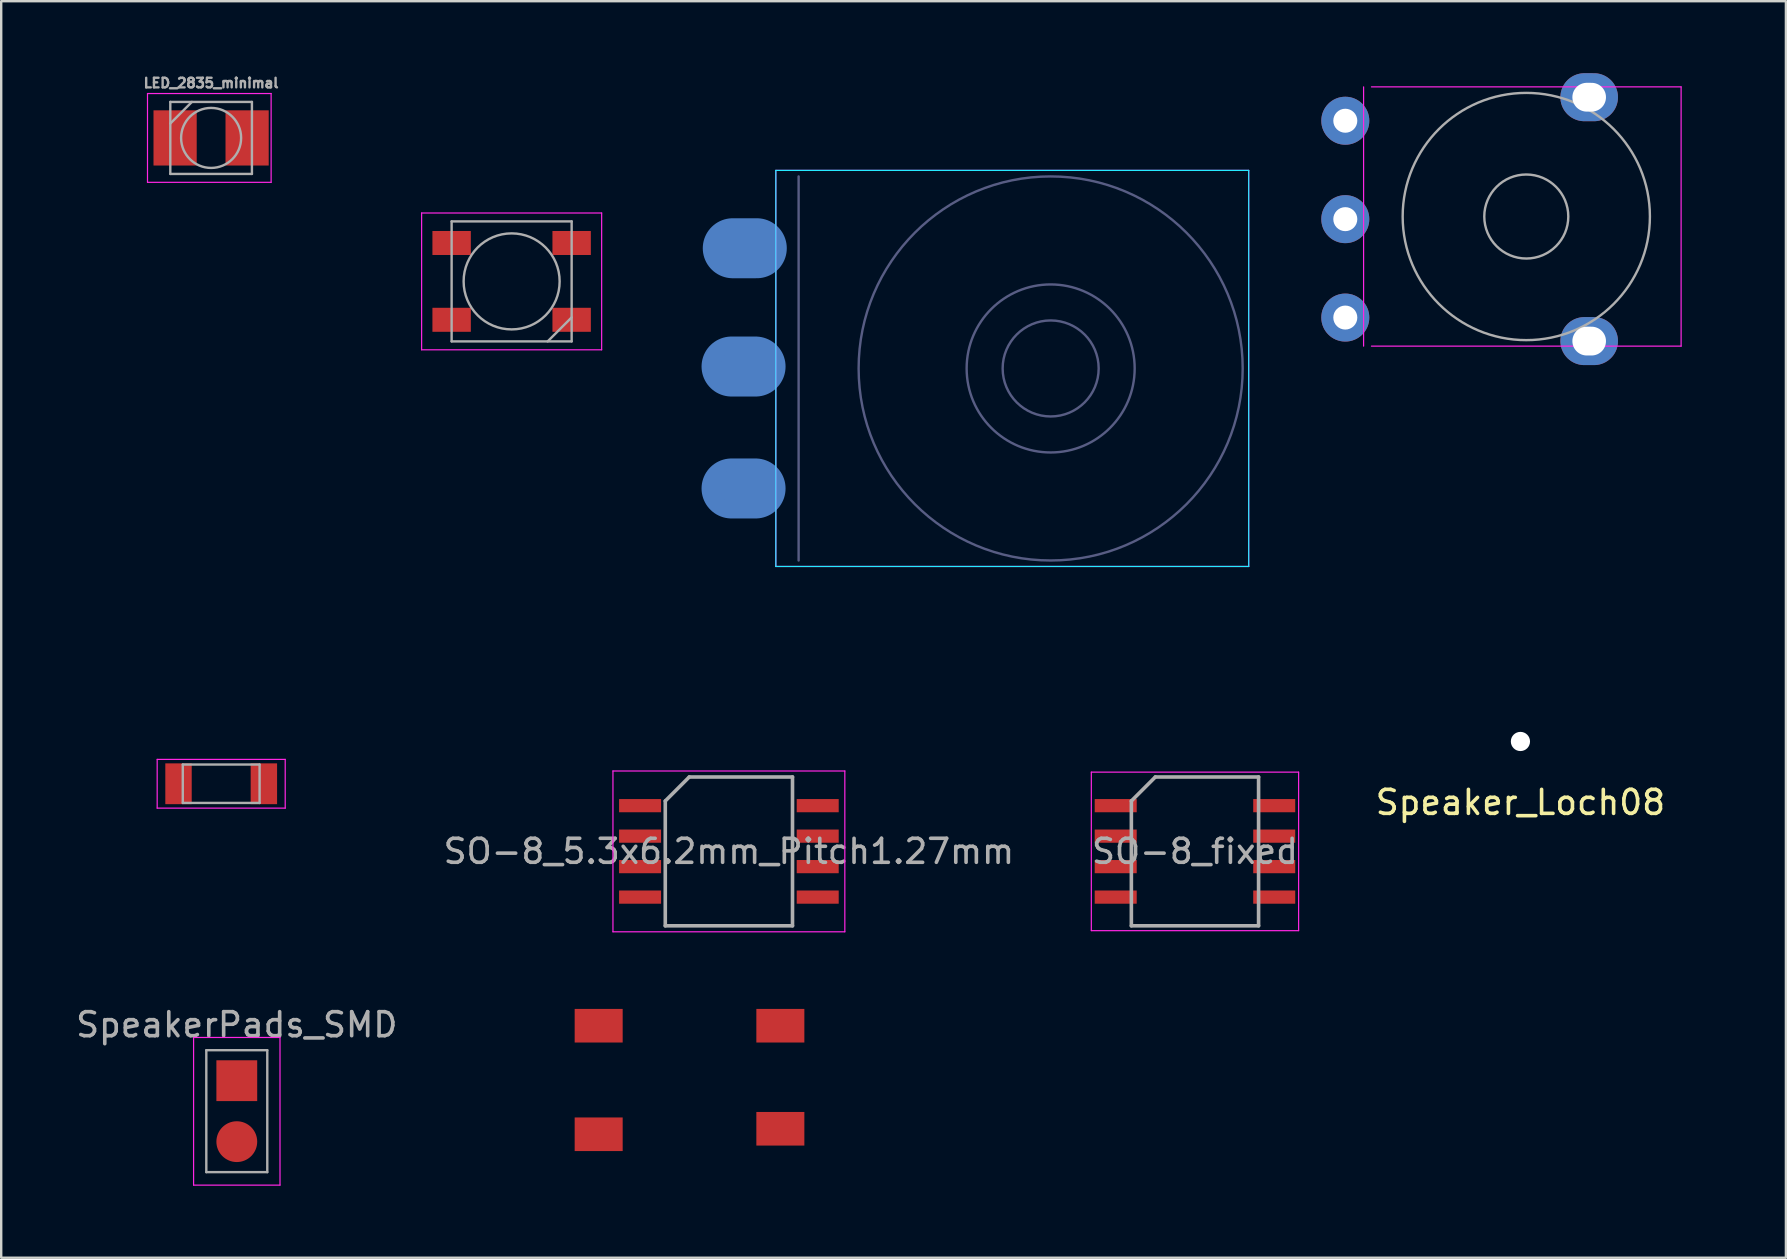
<source format=kicad_pcb>
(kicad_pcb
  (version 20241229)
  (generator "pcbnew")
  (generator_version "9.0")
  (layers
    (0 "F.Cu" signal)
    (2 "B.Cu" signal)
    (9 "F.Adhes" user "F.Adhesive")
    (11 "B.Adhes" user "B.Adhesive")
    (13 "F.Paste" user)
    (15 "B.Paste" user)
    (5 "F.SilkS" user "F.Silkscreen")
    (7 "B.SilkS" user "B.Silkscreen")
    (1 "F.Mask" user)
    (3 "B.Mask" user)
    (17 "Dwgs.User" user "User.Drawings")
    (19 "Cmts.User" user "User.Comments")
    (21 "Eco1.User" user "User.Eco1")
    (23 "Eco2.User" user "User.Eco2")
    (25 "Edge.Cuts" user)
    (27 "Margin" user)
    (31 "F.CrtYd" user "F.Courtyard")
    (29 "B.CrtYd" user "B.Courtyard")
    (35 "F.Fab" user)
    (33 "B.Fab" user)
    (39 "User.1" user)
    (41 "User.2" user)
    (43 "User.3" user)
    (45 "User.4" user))
  (footprint "Potentiometer_wheel"
    (layer "F.Cu")
    (at 60.616 6.08)
    (property "Reference" "Potentiometer_wheel" (at -0.08 -2.54 0) (layer "Eco2.User") (effects (font (size 1 1) (thickness 0.15))))
    (attr through_hole)
    (fp_line (start -6.858 -5.51) (end -6.858 5.29) (stroke (width 0.05) (type solid)) (layer "F.CrtYd"))
    (fp_line (start -6.53 5.29) (end 6.37 5.29) (stroke (width 0.05) (type solid)) (layer "F.CrtYd"))
    (fp_line (start 6.37 -5.51) (end -6.53 -5.51) (stroke (width 0.05) (type solid)) (layer "F.CrtYd"))
    (fp_line (start 6.37 5.29) (end 6.37 -5.51) (stroke (width 0.05) (type solid)) (layer "F.CrtYd"))
    (fp_circle (center -0.08 -0.11) (end 1.67 -0.11) (stroke (width 0.1) (type solid)) (fill no) (layer "F.Fab"))
    (fp_circle (center -0.08 -0.11) (end 5.07 -0.11) (stroke (width 0.1) (type solid)) (fill no) (layer "F.Fab"))
    (pad "" thru_hole oval (at 2.54 -5.08) (size 2.4 2) (drill oval 1.4 1.2) (layers "*.Cu" "*.Mask"))
    (pad "" thru_hole oval (at 2.54 5.08) (size 2.4 2) (drill oval 1.4 1.2) (layers "*.Cu" "*.Mask"))
    (pad "1" thru_hole circle (at -7.62 -4.1) (size 2 2) (drill 1) (layers "*.Cu" "*.Mask"))
    (pad "2" thru_hole circle (at -7.62 0) (size 2 2) (drill 1) (layers "*.Cu" "*.Mask"))
    (pad "3" thru_hole circle (at -7.62 4.1) (size 2 2) (drill 1) (layers "*.Cu" "*.Mask")))
  (footprint "TACTILE-PTH_6mm_SMD"
    (layer "F.Cu")
    (at 25.65 41.943)
    (property "Reference" "TACTILE-PTH_6mm_SMD" (at 0 -2.032 0) (layer "Eco2.User") (effects (font (size 1 1) (thickness 0.127))))
    (attr exclude_from_pos_files exclude_from_bom)
    (fp_line (start -3.048 -1.026) (end -3.048 1.016) (stroke (width 0.203) (type solid)) (layer "Eco2.User"))
    (fp_line (start -2.159 3.048) (end 2.159 3.048) (stroke (width 0.203) (type solid)) (layer "Eco2.User"))
    (fp_line (start -2.032 -1.27) (end -2.032 -0.508) (stroke (width 0.203) (type solid)) (layer "Eco2.User"))
    (fp_line (start -2.032 -0.508) (end -1.651 0.381) (stroke (width 0.203) (type solid)) (layer "Eco2.User"))
    (fp_line (start -2.032 0.508) (end -2.032 1.27) (stroke (width 0.203) (type solid)) (layer "Eco2.User"))
    (fp_line (start 2.159 -3.048) (end -2.159 -3.048) (stroke (width 0.203) (type solid)) (layer "Eco2.User"))
    (fp_line (start 3.048 -0.996) (end 3.048 1.016) (stroke (width 0.203) (type solid)) (layer "Eco2.User"))
    (fp_circle (center 0 0) (end -0.889 0.889) (stroke (width 0.102) (type solid)) (fill no) (layer "Eco2.User"))
    (pad "1" smd rect (at -3.759 -2.261) (size 2 1.4) (layers "F.Cu" "F.Mask" "F.Paste"))
    (pad "1" smd rect (at 3.81 -2.261) (size 2 1.4) (layers "F.Cu" "F.Mask" "F.Paste"))
    (pad "2" smd rect (at -3.759 2.261) (size 2 1.4) (layers "F.Cu" "F.Mask" "F.Paste"))
    (pad "2" smd rect (at 3.81 2.032) (size 2 1.4) (layers "F.Cu" "F.Mask" "F.Paste")))
  (footprint "R_1206_HandSoldering"
    (layer "F.Cu")
    (at 6.165 29.602)
    (property "Reference" "R_1206_HandSoldering" (at -0.01 -1.488 0) (layer "Eco2.User") (effects (font (size 0.7 0.7) (thickness 0.15))))
    (attr smd)
    (fp_line (start -1.025 -0.665) (end 0.975 -0.665) (stroke (width 0.12) (type solid)) (layer "Eco2.User"))
    (fp_line (start 0.986 0.671) (end -1.014 0.671) (stroke (width 0.12) (type solid)) (layer "Eco2.User"))
    (fp_line (start -2.667 -1.016) (end -2.667 1.016) (stroke (width 0.05) (type solid)) (layer "F.CrtYd"))
    (fp_line (start -2.667 -1.016) (end 2.667 -1.016) (stroke (width 0.05) (type solid)) (layer "F.CrtYd"))
    (fp_line (start 2.667 1.016) (end -2.667 1.016) (stroke (width 0.05) (type solid)) (layer "F.CrtYd"))
    (fp_line (start 2.667 1.016) (end 2.667 -1.016) (stroke (width 0.05) (type solid)) (layer "F.CrtYd"))
    (fp_line (start -1.6 -0.8) (end 1.6 -0.8) (stroke (width 0.1) (type solid)) (layer "F.Fab"))
    (fp_line (start -1.6 0.8) (end -1.6 -0.8) (stroke (width 0.1) (type solid)) (layer "F.Fab"))
    (fp_line (start 1.6 -0.8) (end 1.6 0.8) (stroke (width 0.1) (type solid)) (layer "F.Fab"))
    (fp_line (start 1.6 0.8) (end -1.6 0.8) (stroke (width 0.1) (type solid)) (layer "F.Fab"))
    (fp_text user "${REFERENCE}" (at -0.015 -1.483 0) (layer "Eco2.User") (effects (font (size 0.7 0.7) (thickness 0.105))))
    (pad "1" smd rect (at -1.778 0) (size 1.1 1.7) (layers "F.Cu" "F.Mask" "F.Paste"))
    (pad "2" smd rect (at 1.778 0) (size 1.1 1.7) (layers "F.Cu" "F.Mask" "F.Paste")))
  (footprint "SO-8_fixed"
    (layer "F.Cu")
    (at 46.733 32.419)
    (property "Reference" "SO-8_fixed" (at 0 -4.13 0) (layer "Eco2.User") (effects (font (size 1 1) (thickness 0.15))))
    (attr smd)
    (fp_line (start -4.318 -3.302) (end -4.318 3.302) (stroke (width 0.05) (type solid)) (layer "F.CrtYd"))
    (fp_line (start -4.318 -3.302) (end 4.318 -3.302) (stroke (width 0.05) (type solid)) (layer "F.CrtYd"))
    (fp_line (start -4.318 3.302) (end 4.318 3.302) (stroke (width 0.05) (type solid)) (layer "F.CrtYd"))
    (fp_line (start 4.318 -3.302) (end 4.318 3.302) (stroke (width 0.05) (type solid)) (layer "F.CrtYd"))
    (fp_line (start -2.65 -2.1) (end -1.65 -3.1) (stroke (width 0.15) (type solid)) (layer "F.Fab"))
    (fp_line (start -2.65 3.1) (end -2.65 -2.1) (stroke (width 0.15) (type solid)) (layer "F.Fab"))
    (fp_line (start -1.65 -3.1) (end 2.65 -3.1) (stroke (width 0.15) (type solid)) (layer "F.Fab"))
    (fp_line (start 2.65 -3.1) (end 2.65 3.1) (stroke (width 0.15) (type solid)) (layer "F.Fab"))
    (fp_line (start 2.65 3.1) (end -2.65 3.1) (stroke (width 0.15) (type solid)) (layer "F.Fab"))
    (fp_text user "${REFERENCE}" (at 0 0 0) (layer "F.Fab") (effects (font (size 1 1) (thickness 0.15))))
    (pad "1" smd rect (at -3.302 -1.905) (size 1.75 0.55) (layers "F.Cu" "F.Mask" "F.Paste"))
    (pad "2" smd rect (at -3.302 -0.635) (size 1.75 0.55) (layers "F.Cu" "F.Mask" "F.Paste"))
    (pad "3" smd rect (at -3.302 0.635) (size 1.75 0.55) (layers "F.Cu" "F.Mask" "F.Paste"))
    (pad "4" smd rect (at -3.302 1.905) (size 1.75 0.55) (layers "F.Cu" "F.Mask" "F.Paste"))
    (pad "5" smd rect (at 3.302 1.905) (size 1.75 0.55) (layers "F.Cu" "F.Mask" "F.Paste"))
    (pad "6" smd rect (at 3.302 0.635) (size 1.75 0.55) (layers "F.Cu" "F.Mask" "F.Paste"))
    (pad "7" smd rect (at 3.302 -0.635) (size 1.75 0.55) (layers "F.Cu" "F.Mask" "F.Paste"))
    (pad "8" smd rect (at 3.302 -1.905) (size 1.75 0.55) (layers "F.Cu" "F.Mask" "F.Paste")))
  (footprint "Mixtape_NEO_WS2812B"
    (layer "F.Cu")
    (at 18.265 8.673)
    (property "Reference" "Mixtape_NEO_WS2812B" (at 4.064 0 90) (layer "Eco2.User") (effects (font (size 1 1) (thickness 0.15))))
    (attr smd)
    (fp_line (start -3.75 -2.85) (end -3.75 2.85) (stroke (width 0.05) (type solid)) (layer "F.CrtYd"))
    (fp_line (start -3.75 2.85) (end 3.75 2.85) (stroke (width 0.05) (type solid)) (layer "F.CrtYd"))
    (fp_line (start 3.75 -2.85) (end -3.75 -2.85) (stroke (width 0.05) (type solid)) (layer "F.CrtYd"))
    (fp_line (start 3.75 2.85) (end 3.75 -2.85) (stroke (width 0.05) (type solid)) (layer "F.CrtYd"))
    (fp_line (start -2.5 -2.5) (end -2.5 2.5) (stroke (width 0.1) (type solid)) (layer "F.Fab"))
    (fp_line (start -2.5 2.5) (end 2.5 2.5) (stroke (width 0.1) (type solid)) (layer "F.Fab"))
    (fp_line (start 2.5 -2.5) (end -2.5 -2.5) (stroke (width 0.1) (type solid)) (layer "F.Fab"))
    (fp_line (start 2.5 1.5) (end 1.5 2.5) (stroke (width 0.1) (type solid)) (layer "F.Fab"))
    (fp_line (start 2.5 2.5) (end 2.5 -2.5) (stroke (width 0.1) (type solid)) (layer "F.Fab"))
    (fp_circle (center 0 0) (end 0 -2) (stroke (width 0.1) (type solid)) (fill no) (layer "F.Fab"))
    (pad "1" smd rect (at -2.5 -1.6) (size 1.6 1) (layers "F.Cu" "F.Mask" "F.Paste"))
    (pad "2" smd rect (at -2.5 1.6) (size 1.6 1) (layers "F.Cu" "F.Mask" "F.Paste"))
    (pad "3" smd rect (at 2.5 1.6) (size 1.6 1) (layers "F.Cu" "F.Mask" "F.Paste"))
    (pad "4" smd rect (at 2.5 -1.6) (size 1.6 1) (layers "F.Cu" "F.Mask" "F.Paste")))
  (footprint "SO-8_5.3x6.2mm_Pitch1.27mm"
    (layer "F.Cu")
    (at 27.316 32.419)
    (property "Reference" "SO-8_5.3x6.2mm_Pitch1.27mm" (at 0 -4.13 0) (layer "Eco2.User") (effects (font (size 1 1) (thickness 0.15))))
    (attr smd)
    (fp_line (start -4.83 -3.35) (end -4.83 3.35) (stroke (width 0.05) (type solid)) (layer "F.CrtYd"))
    (fp_line (start -4.83 -3.35) (end 4.83 -3.35) (stroke (width 0.05) (type solid)) (layer "F.CrtYd"))
    (fp_line (start -4.83 3.35) (end 4.83 3.35) (stroke (width 0.05) (type solid)) (layer "F.CrtYd"))
    (fp_line (start 4.83 -3.35) (end 4.83 3.35) (stroke (width 0.05) (type solid)) (layer "F.CrtYd"))
    (fp_line (start -2.65 -2.1) (end -1.65 -3.1) (stroke (width 0.15) (type solid)) (layer "F.Fab"))
    (fp_line (start -2.65 3.1) (end -2.65 -2.1) (stroke (width 0.15) (type solid)) (layer "F.Fab"))
    (fp_line (start -1.65 -3.1) (end 2.65 -3.1) (stroke (width 0.15) (type solid)) (layer "F.Fab"))
    (fp_line (start 2.65 -3.1) (end 2.65 3.1) (stroke (width 0.15) (type solid)) (layer "F.Fab"))
    (fp_line (start 2.65 3.1) (end -2.65 3.1) (stroke (width 0.15) (type solid)) (layer "F.Fab"))
    (fp_text user "${REFERENCE}" (at 0 0 0) (layer "F.Fab") (effects (font (size 1 1) (thickness 0.15))))
    (pad "1" smd rect (at -3.7 -1.905) (size 1.75 0.55) (layers "F.Cu" "F.Mask" "F.Paste"))
    (pad "2" smd rect (at -3.7 -0.635) (size 1.75 0.55) (layers "F.Cu" "F.Mask" "F.Paste"))
    (pad "3" smd rect (at -3.7 0.635) (size 1.75 0.55) (layers "F.Cu" "F.Mask" "F.Paste"))
    (pad "4" smd rect (at -3.7 1.905) (size 1.75 0.55) (layers "F.Cu" "F.Mask" "F.Paste"))
    (pad "5" smd rect (at 3.7 1.905) (size 1.75 0.55) (layers "F.Cu" "F.Mask" "F.Paste"))
    (pad "6" smd rect (at 3.7 0.635) (size 1.75 0.55) (layers "F.Cu" "F.Mask" "F.Paste"))
    (pad "7" smd rect (at 3.7 -0.635) (size 1.75 0.55) (layers "F.Cu" "F.Mask" "F.Paste"))
    (pad "8" smd rect (at 3.7 -1.905) (size 1.75 0.55) (layers "F.Cu" "F.Mask" "F.Paste")))
  (footprint "LED_2835_minimal"
    (layer "F.Cu")
    (at 5.745 2.696)
    (property "Reference" "LED_2835_minimal" (at 0 0 0) (layer "Eco2.User") (effects (font (size 1 0.8) (thickness 0.15))))
    (attr smd)
    (fp_line (start -2.65 -1.85) (end 2.5 -1.85) (stroke (width 0.05) (type solid)) (layer "F.CrtYd"))
    (fp_line (start -2.65 1.85) (end -2.65 -1.85) (stroke (width 0.05) (type solid)) (layer "F.CrtYd"))
    (fp_line (start 2.5 -1.85) (end 2.5 1.85) (stroke (width 0.05) (type solid)) (layer "F.CrtYd"))
    (fp_line (start 2.5 1.85) (end -2.65 1.85) (stroke (width 0.05) (type solid)) (layer "F.CrtYd"))
    (fp_line (start -1.7 -1.5) (end -1.7 1.5) (stroke (width 0.1) (type solid)) (layer "F.Fab"))
    (fp_line (start -1.7 -0.6) (end -0.8 -1.5) (stroke (width 0.1) (type solid)) (layer "F.Fab"))
    (fp_line (start -1.7 1.5) (end 1.7 1.5) (stroke (width 0.1) (type solid)) (layer "F.Fab"))
    (fp_line (start 1.7 -1.5) (end -1.7 -1.5) (stroke (width 0.1) (type solid)) (layer "F.Fab"))
    (fp_line (start 1.7 1.5) (end 1.7 -1.5) (stroke (width 0.1) (type solid)) (layer "F.Fab"))
    (fp_circle (center 0 0) (end 0 -1.25) (stroke (width 0.1) (type solid)) (fill no) (layer "F.Fab"))
    (fp_text user "${REFERENCE}" (at 0 -2.286 0) (layer "F.Fab") (effects (font (size 0.4 0.4) (thickness 0.1))))
    (pad "1" smd rect (at -1.5 0) (size 1.8 2.3) (layers "F.Cu" "F.Mask" "F.Paste"))
    (pad "2" smd rect (at 1.5 0) (size 1.8 2.3) (layers "F.Cu" "F.Mask" "F.Paste")))
  (footprint "SpeakerPads_SMD"
    (layer "F.Cu")
    (at 6.815 41.972)
    (property "Reference" "SpeakerPads_SMD" (at 0 -2.33 0) (layer "Eco2.User") (effects (font (size 1 1) (thickness 0.15))))
    (attr through_hole)
    (fp_line (start -1.8 -1.8) (end -1.8 4.35) (stroke (width 0.05) (type solid)) (layer "F.CrtYd"))
    (fp_line (start -1.8 4.35) (end 1.8 4.35) (stroke (width 0.05) (type solid)) (layer "F.CrtYd"))
    (fp_line (start 1.8 -1.8) (end -1.8 -1.8) (stroke (width 0.05) (type solid)) (layer "F.CrtYd"))
    (fp_line (start 1.8 4.35) (end 1.8 -1.8) (stroke (width 0.05) (type solid)) (layer "F.CrtYd"))
    (fp_line (start -1.27 -1.27) (end -1.27 3.81) (stroke (width 0.1) (type solid)) (layer "F.Fab"))
    (fp_line (start -1.27 3.81) (end 1.27 3.81) (stroke (width 0.1) (type solid)) (layer "F.Fab"))
    (fp_line (start 1.27 -1.27) (end -1.27 -1.27) (stroke (width 0.1) (type solid)) (layer "F.Fab"))
    (fp_line (start 1.27 3.81) (end 1.27 -1.27) (stroke (width 0.1) (type solid)) (layer "F.Fab"))
    (fp_text user "${REFERENCE}" (at 0 -2.33 0) (layer "F.Fab") (effects (font (size 1 1) (thickness 0.15))))
    (pad "1" smd rect (at 0 0) (size 1.7 1.7) (layers "F.Cu" "F.Mask" "F.Paste"))
    (pad "2" smd oval (at 0 2.54) (size 1.7 1.7) (layers "F.Cu" "F.Mask" "F.Paste")))
  (footprint "Potentiometer_backPads_noHole"
    (layer "F.Cu")
    (at 30.721 17.3)
    (property "Reference" "Potentiometer_backPads_noHole" (at 15.24 -5.08 90) (layer "Eco2.User") (effects (font (size 1 1) (thickness 0.15))))
    (attr through_hole)
    (fp_line (start -1.45 -13.25) (end -1.45 3.25) (stroke (width 0.05) (type solid)) (layer "B.CrtYd"))
    (fp_line (start -1.45 3.25) (end 18.25 3.25) (stroke (width 0.05) (type solid)) (layer "B.CrtYd"))
    (fp_line (start 18.25 -13.25) (end -1.45 -13.25) (stroke (width 0.05) (type solid)) (layer "B.CrtYd"))
    (fp_line (start 18.25 3.25) (end 18.25 -13.25) (stroke (width 0.05) (type solid)) (layer "B.CrtYd"))
    (fp_line (start -1.45 -13.25) (end -1.45 3.25) (stroke (width 0.05) (type solid)) (layer "F.CrtYd"))
    (fp_line (start -1.45 3.25) (end 18.25 3.25) (stroke (width 0.05) (type solid)) (layer "F.CrtYd"))
    (fp_line (start 18.25 -13.25) (end -1.45 -13.25) (stroke (width 0.05) (type solid)) (layer "F.CrtYd"))
    (fp_line (start 18.25 3.25) (end 18.25 -13.25) (stroke (width 0.05) (type solid)) (layer "F.CrtYd"))
    (fp_line (start -0.5 -13) (end -0.5 3) (stroke (width 0.1) (type solid)) (layer "B.Fab"))
    (fp_circle (center 10 -5) (end 12 -5) (stroke (width 0.1) (type solid)) (fill no) (layer "B.Fab"))
    (fp_circle (center 10 -5) (end 13.5 -5) (stroke (width 0.1) (type solid)) (fill no) (layer "B.Fab"))
    (fp_circle (center 10 -5) (end 18 -5) (stroke (width 0.1) (type solid)) (fill no) (layer "B.Fab"))
    (pad "" smd oval (at -2.794 -5.08) (size 3.5 2.5) (layers "B.Cu" "B.Mask" "B.Paste"))
    (pad "" smd oval (at -2.794 0) (size 3.5 2.5) (layers "B.Cu" "B.Mask" "B.Paste"))
    (pad "" smd oval (at -2.743 -10.008) (size 3.5 2.5) (layers "B.Cu" "B.Mask" "B.Paste"))
    (pad "1" smd circle (at -2.54 0) (size 2.34 2.34) (layers "B.Cu" "B.Mask" "B.Paste"))
    (pad "2" smd circle (at -2.54 -5.08) (size 2.34 2.34) (layers "B.Cu" "B.Mask" "B.Paste"))
    (pad "3" smd circle (at -2.54 -10) (size 2.34 2.34) (layers "B.Cu" "B.Mask" "B.Paste")))
  (footprint "Speaker_Loch08"
    (layer "F.Cu")
    (at 60.292 27.84)
    (property "Reference" "Speaker_Loch08" (at 0 2.54 0) (layer "F.SilkS") (effects (font (size 1 1) (thickness 0.15))))
    (attr through_hole)
    (pad "" np_thru_hole circle (at 0 0) (size 0.8 0.8) (drill 0.8) (layers "*.Cu" "*.Mask")))
  (gr_rect
    (start -3 -3)
    (end 71.352 49.347)
    (stroke (width 0.1) (type default))
    (fill no)
    (layer "Edge.Cuts")))
</source>
